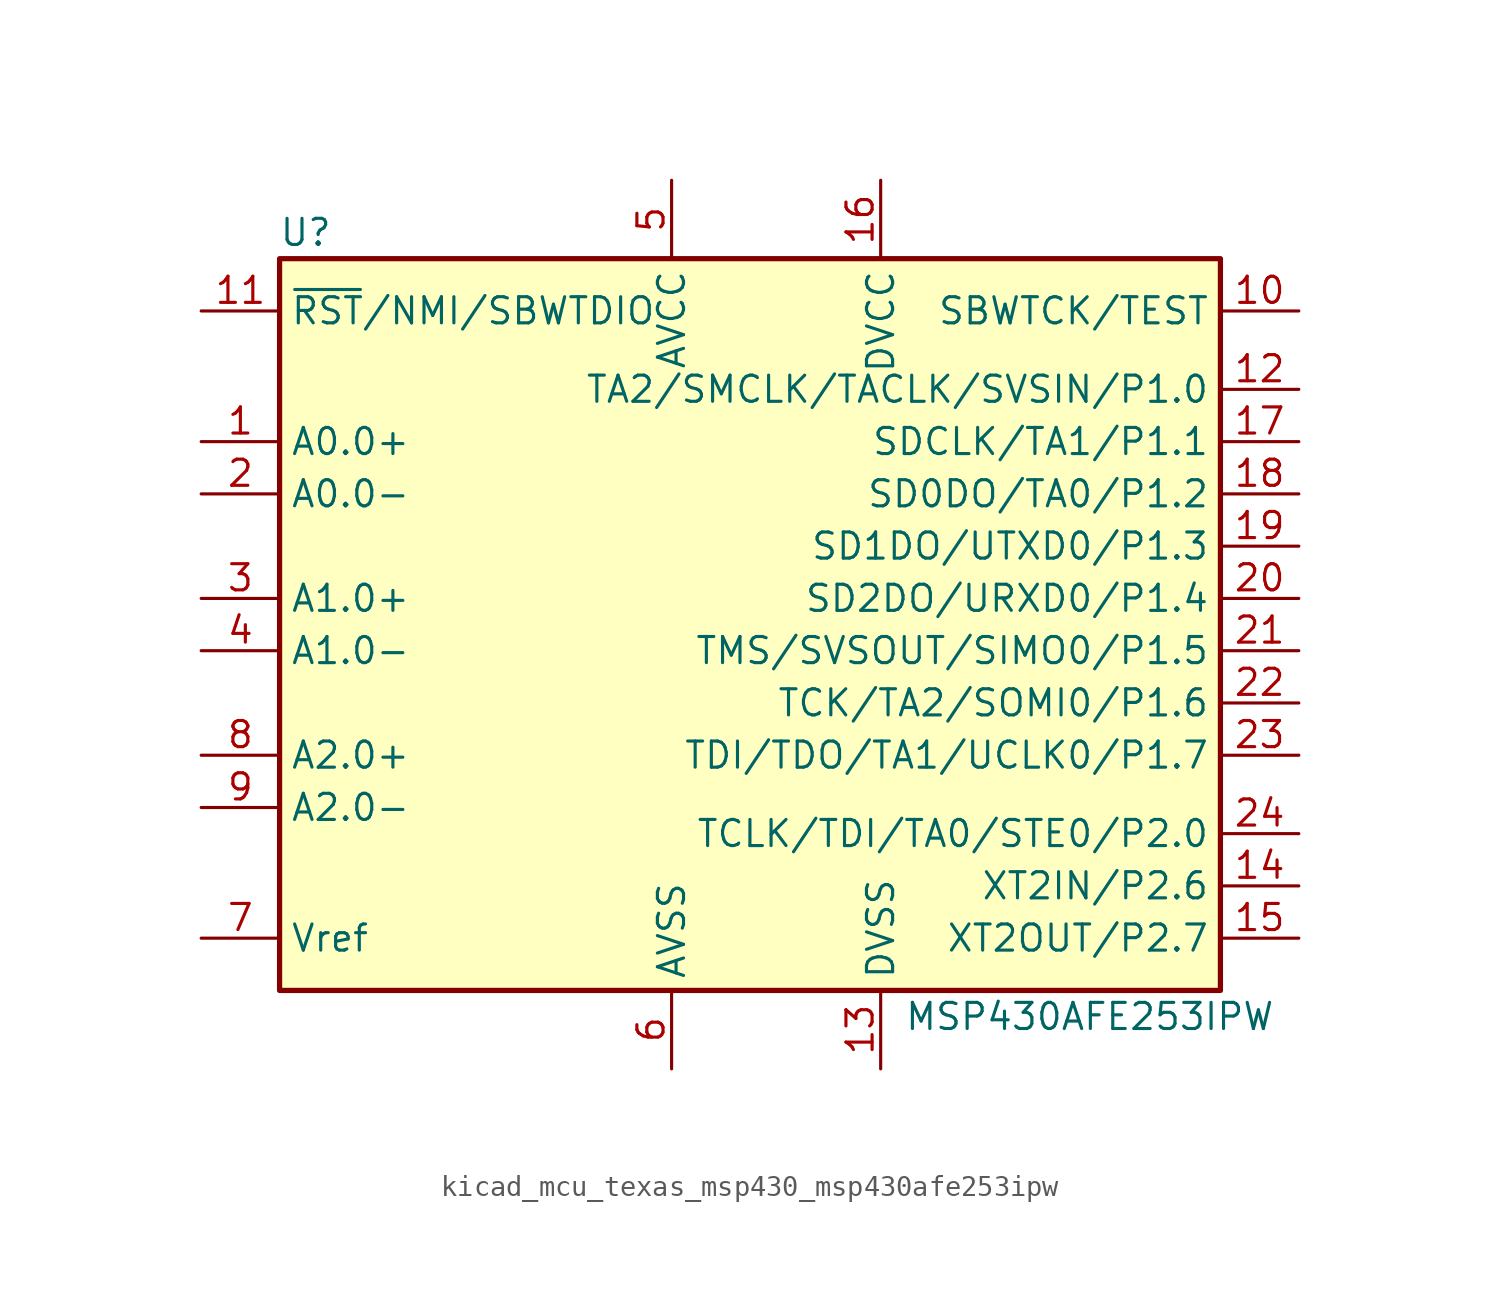
<source format=kicad_sym>
(kicad_symbol_lib
  (version 20220914)
  (generator kicad_symbol_editor)
  (symbol "kicad_mcu_texas_msp430_msp430afe253ipw"
    (property "Reference" "U"
      (at -22.86 19.05 0)
      (effects (font (size 1.27 1.27))))
    (property "Value" "MSP430AFE253IPW"
      (at 15.24 -19.05 0)
      (effects (font (size 1.27 1.27))))
    (symbol "kicad_mcu_texas_msp430_msp430afe253ipw_0_1"
      (rectangle (start -24.13 17.78) (end 21.59 -17.78) (stroke (width 0.254) (type default)) (fill (type background))))
    (symbol "kicad_mcu_texas_msp430_msp430afe253ipw_1_1"
      (pin passive line (at -27.94 8.89 0) (length 3.81) (name "A0.0+" (effects (font (size 1.27 1.27)))) (number "1" (effects (font (size 1.27 1.27)))))
      (pin input line (at 25.4 15.24 180) (length 3.81) (name "SBWTCK/TEST" (effects (font (size 1.27 1.27)))) (number "10" (effects (font (size 1.27 1.27)))))
      (pin input line (at -27.94 15.24 0) (length 3.81) (name "~{RST}/NMI/SBWTDIO" (effects (font (size 1.27 1.27)))) (number "11" (effects (font (size 1.27 1.27)))))
      (pin bidirectional line (at 25.4 11.43 180) (length 3.81) (name "TA2/SMCLK/TACLK/SVSIN/P1.0" (effects (font (size 1.27 1.27)))) (number "12" (effects (font (size 1.27 1.27)))))
      (pin power_in line (at 5.08 -21.59 90) (length 3.81) (name "DVSS" (effects (font (size 1.27 1.27)))) (number "13" (effects (font (size 1.27 1.27)))))
      (pin bidirectional line (at 25.4 -12.7 180) (length 3.81) (name "XT2IN/P2.6" (effects (font (size 1.27 1.27)))) (number "14" (effects (font (size 1.27 1.27)))))
      (pin bidirectional line (at 25.4 -15.24 180) (length 3.81) (name "XT2OUT/P2.7" (effects (font (size 1.27 1.27)))) (number "15" (effects (font (size 1.27 1.27)))))
      (pin power_in line (at 5.08 21.59 270) (length 3.81) (name "DVCC" (effects (font (size 1.27 1.27)))) (number "16" (effects (font (size 1.27 1.27)))))
      (pin bidirectional line (at 25.4 8.89 180) (length 3.81) (name "SDCLK/TA1/P1.1" (effects (font (size 1.27 1.27)))) (number "17" (effects (font (size 1.27 1.27)))))
      (pin bidirectional line (at 25.4 6.35 180) (length 3.81) (name "SD0DO/TA0/P1.2" (effects (font (size 1.27 1.27)))) (number "18" (effects (font (size 1.27 1.27)))))
      (pin bidirectional line (at 25.4 3.81 180) (length 3.81) (name "SD1DO/UTXD0/P1.3" (effects (font (size 1.27 1.27)))) (number "19" (effects (font (size 1.27 1.27)))))
      (pin passive line (at -27.94 6.35 0) (length 3.81) (name "A0.0-" (effects (font (size 1.27 1.27)))) (number "2" (effects (font (size 1.27 1.27)))))
      (pin bidirectional line (at 25.4 1.27 180) (length 3.81) (name "SD2DO/URXD0/P1.4" (effects (font (size 1.27 1.27)))) (number "20" (effects (font (size 1.27 1.27)))))
      (pin bidirectional line (at 25.4 -1.27 180) (length 3.81) (name "TMS/SVSOUT/SIMO0/P1.5" (effects (font (size 1.27 1.27)))) (number "21" (effects (font (size 1.27 1.27)))))
      (pin bidirectional line (at 25.4 -3.81 180) (length 3.81) (name "TCK/TA2/SOMI0/P1.6" (effects (font (size 1.27 1.27)))) (number "22" (effects (font (size 1.27 1.27)))))
      (pin bidirectional line (at 25.4 -6.35 180) (length 3.81) (name "TDI/TDO/TA1/UCLK0/P1.7" (effects (font (size 1.27 1.27)))) (number "23" (effects (font (size 1.27 1.27)))))
      (pin bidirectional line (at 25.4 -10.16 180) (length 3.81) (name "TCLK/TDI/TA0/STE0/P2.0" (effects (font (size 1.27 1.27)))) (number "24" (effects (font (size 1.27 1.27)))))
      (pin passive line (at -27.94 1.27 0) (length 3.81) (name "A1.0+" (effects (font (size 1.27 1.27)))) (number "3" (effects (font (size 1.27 1.27)))))
      (pin passive line (at -27.94 -1.27 0) (length 3.81) (name "A1.0-" (effects (font (size 1.27 1.27)))) (number "4" (effects (font (size 1.27 1.27)))))
      (pin power_in line (at -5.08 21.59 270) (length 3.81) (name "AVCC" (effects (font (size 1.27 1.27)))) (number "5" (effects (font (size 1.27 1.27)))))
      (pin power_in line (at -5.08 -21.59 90) (length 3.81) (name "AVSS" (effects (font (size 1.27 1.27)))) (number "6" (effects (font (size 1.27 1.27)))))
      (pin passive line (at -27.94 -15.24 0) (length 3.81) (name "Vref" (effects (font (size 1.27 1.27)))) (number "7" (effects (font (size 1.27 1.27)))))
      (pin passive line (at -27.94 -6.35 0) (length 3.81) (name "A2.0+" (effects (font (size 1.27 1.27)))) (number "8" (effects (font (size 1.27 1.27)))))
      (pin passive line (at -27.94 -8.89 0) (length 3.81) (name "A2.0-" (effects (font (size 1.27 1.27)))) (number "9" (effects (font (size 1.27 1.27))))))))
</source>
